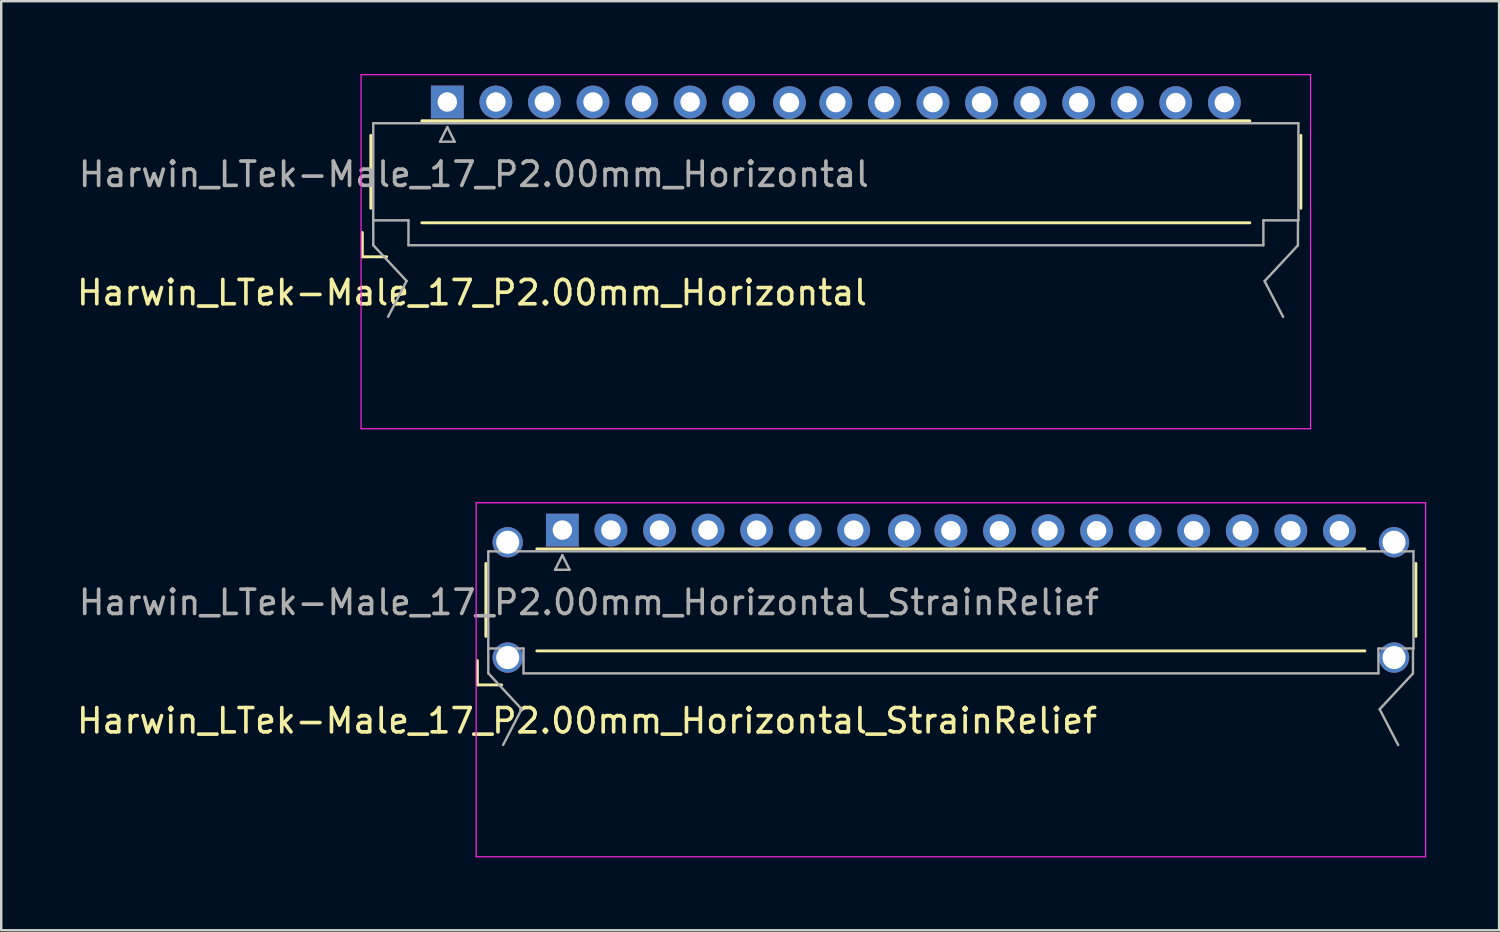
<source format=kicad_pcb>
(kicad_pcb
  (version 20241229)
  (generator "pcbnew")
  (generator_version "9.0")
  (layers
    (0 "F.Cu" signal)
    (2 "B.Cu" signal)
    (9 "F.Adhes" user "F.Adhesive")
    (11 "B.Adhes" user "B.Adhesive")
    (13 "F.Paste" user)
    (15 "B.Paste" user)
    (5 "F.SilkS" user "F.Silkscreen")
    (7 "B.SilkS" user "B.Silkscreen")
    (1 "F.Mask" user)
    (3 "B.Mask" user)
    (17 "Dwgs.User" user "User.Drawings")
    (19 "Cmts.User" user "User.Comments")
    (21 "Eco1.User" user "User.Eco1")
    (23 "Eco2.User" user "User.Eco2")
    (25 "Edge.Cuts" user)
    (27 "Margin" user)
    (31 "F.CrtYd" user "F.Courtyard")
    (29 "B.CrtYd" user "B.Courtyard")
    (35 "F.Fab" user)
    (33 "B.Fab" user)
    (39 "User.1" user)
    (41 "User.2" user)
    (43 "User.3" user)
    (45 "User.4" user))
  (footprint "Harwin_LTek-Male_17_P2.00mm_Horizontal_StrainRelief"
    (layer "F.Cu")
    (at 20.109 21.655)
    (property "Reference" "Harwin_LTek-Male_17_P2.00mm_Horizontal_StrainRelief" (at 1.016 4.978 180) (layer "F.SilkS") (effects (font (size 1 1) (thickness 0.15))))
    (attr through_hole)
    (fp_line (start -3.5 2.5) (end -3.5 3.5) (stroke (width 0.12) (type solid)) (layer "F.SilkS"))
    (fp_line (start -3.5 3.5) (end -2.5 3.5) (stroke (width 0.12) (type solid)) (layer "F.SilkS"))
    (fp_line (start -3.15 -1.5) (end -3.15 1.5) (stroke (width 0.12) (type solid)) (layer "F.SilkS"))
    (fp_line (start -1.05 -2.1) (end 33.05 -2.1) (stroke (width 0.12) (type solid)) (layer "F.SilkS"))
    (fp_line (start -1.05 2.1) (end 33.05 2.1) (stroke (width 0.12) (type solid)) (layer "F.SilkS"))
    (fp_line (start 35.15 -1.5) (end 35.15 1.5) (stroke (width 0.12) (type solid)) (layer "F.SilkS"))
    (fp_line (start -3.55 -4) (end -3.55 10.58) (stroke (width 0.05) (type solid)) (layer "F.CrtYd"))
    (fp_line (start -3.55 10.58) (end 35.55 10.58) (stroke (width 0.05) (type solid)) (layer "F.CrtYd"))
    (fp_line (start 35.55 -4) (end -3.55 -4) (stroke (width 0.05) (type solid)) (layer "F.CrtYd"))
    (fp_line (start 35.55 10.58) (end 35.55 -4) (stroke (width 0.05) (type solid)) (layer "F.CrtYd"))
    (fp_line (start -3.05 -2) (end -3.05 2) (stroke (width 0.1) (type solid)) (layer "F.Fab"))
    (fp_line (start -3.048 3.023) (end -3.05 2) (stroke (width 0.1) (type solid)) (layer "F.Fab"))
    (fp_line (start -3.043 2) (end -1.6 2) (stroke (width 0.1) (type solid)) (layer "F.Fab"))
    (fp_line (start -1.676 4.496) (end -3.048 3.023) (stroke (width 0.1) (type solid)) (layer "F.Fab"))
    (fp_line (start -1.676 4.496) (end -2.438 5.969) (stroke (width 0.1) (type solid)) (layer "F.Fab"))
    (fp_line (start -1.6 2) (end -1.6 3.023) (stroke (width 0.1) (type solid)) (layer "F.Fab"))
    (fp_line (start -1.6 3.025) (end 33.607 3.025) (stroke (width 0.1) (type solid)) (layer "F.Fab"))
    (fp_line (start -0.3 -1.241) (end 0.3 -1.241) (stroke (width 0.1) (type solid)) (layer "F.Fab"))
    (fp_line (start 0 -1.841) (end -0.3 -1.241) (stroke (width 0.1) (type solid)) (layer "F.Fab"))
    (fp_line (start 0.3 -1.241) (end 0 -1.841) (stroke (width 0.1) (type solid)) (layer "F.Fab"))
    (fp_line (start 33.607 2) (end 35.05 2) (stroke (width 0.1) (type solid)) (layer "F.Fab"))
    (fp_line (start 33.607 3.023) (end 33.607 2) (stroke (width 0.1) (type solid)) (layer "F.Fab"))
    (fp_line (start 33.658 4.502) (end 34.42 5.975) (stroke (width 0.1) (type solid)) (layer "F.Fab"))
    (fp_line (start 33.658 4.502) (end 35.029 3.029) (stroke (width 0.1) (type solid)) (layer "F.Fab"))
    (fp_line (start 35.029 3.029) (end 35.031 2.006) (stroke (width 0.1) (type solid)) (layer "F.Fab"))
    (fp_line (start 35.05 -2) (end -3.05 -2) (stroke (width 0.1) (type solid)) (layer "F.Fab"))
    (fp_line (start 35.05 2) (end 35.05 -2) (stroke (width 0.1) (type solid)) (layer "F.Fab"))
    (fp_text user "${REFERENCE}" (at 1.092 0.102 0) (layer "F.Fab") (effects (font (size 1 1) (thickness 0.15))))
    (pad "" thru_hole circle (at -2.25 -2.375) (size 1.25 1.25) (drill 0.95) (layers "*.Cu" "*.Mask"))
    (pad "" thru_hole circle (at -2.25 2.375) (size 1.25 1.25) (drill 0.95) (layers "*.Cu" "*.Mask"))
    (pad "" thru_hole circle (at 34.25 -2.375) (size 1.25 1.25) (drill 0.95) (layers "*.Cu" "*.Mask"))
    (pad "" thru_hole circle (at 34.25 2.375) (size 1.25 1.25) (drill 0.95) (layers "*.Cu" "*.Mask"))
    (pad "1" thru_hole rect (at 0 -2.875) (size 1.35 1.35) (drill 0.8) (layers "*.Cu" "*.Mask"))
    (pad "2" thru_hole circle (at 2 -2.875) (size 1.35 1.35) (drill 0.8) (layers "*.Cu" "*.Mask"))
    (pad "3" thru_hole circle (at 4 -2.875) (size 1.35 1.35) (drill 0.8) (layers "*.Cu" "*.Mask"))
    (pad "4" thru_hole circle (at 6 -2.875) (size 1.35 1.35) (drill 0.8) (layers "*.Cu" "*.Mask"))
    (pad "5" thru_hole circle (at 8 -2.875) (size 1.35 1.35) (drill 0.8) (layers "*.Cu" "*.Mask"))
    (pad "6" thru_hole circle (at 10 -2.875) (size 1.35 1.35) (drill 0.8) (layers "*.Cu" "*.Mask"))
    (pad "7" thru_hole circle (at 12 -2.875) (size 1.35 1.35) (drill 0.8) (layers "*.Cu" "*.Mask"))
    (pad "8" thru_hole circle (at 14.09 -2.85) (size 1.35 1.35) (drill 0.8) (layers "*.Cu" "*.Mask"))
    (pad "9" thru_hole circle (at 16 -2.85) (size 1.35 1.35) (drill 0.8) (layers "*.Cu" "*.Mask"))
    (pad "10" thru_hole circle (at 18 -2.85) (size 1.35 1.35) (drill 0.8) (layers "*.Cu" "*.Mask"))
    (pad "11" thru_hole circle (at 20 -2.85) (size 1.35 1.35) (drill 0.8) (layers "*.Cu" "*.Mask"))
    (pad "12" thru_hole circle (at 22 -2.85) (size 1.35 1.35) (drill 0.8) (layers "*.Cu" "*.Mask"))
    (pad "13" thru_hole circle (at 24 -2.85) (size 1.35 1.35) (drill 0.8) (layers "*.Cu" "*.Mask"))
    (pad "14" thru_hole circle (at 26 -2.85) (size 1.35 1.35) (drill 0.8) (layers "*.Cu" "*.Mask"))
    (pad "15" thru_hole circle (at 28 -2.85) (size 1.35 1.35) (drill 0.8) (layers "*.Cu" "*.Mask"))
    (pad "16" thru_hole circle (at 30 -2.85) (size 1.35 1.35) (drill 0.8) (layers "*.Cu" "*.Mask"))
    (pad "17" thru_hole circle (at 32 -2.85) (size 1.35 1.35) (drill 0.8) (layers "*.Cu" "*.Mask")))
  (footprint "Harwin_LTek-Male_17_P2.00mm_Horizontal"
    (layer "F.Cu")
    (at 15.371 4.025)
    (property "Reference" "Harwin_LTek-Male_17_P2.00mm_Horizontal" (at 1.016 4.978 180) (layer "F.SilkS") (effects (font (size 1 1) (thickness 0.15))))
    (attr through_hole)
    (fp_line (start -3.5 2.5) (end -3.5 3.5) (stroke (width 0.12) (type solid)) (layer "F.SilkS"))
    (fp_line (start -3.5 3.5) (end -2.5 3.5) (stroke (width 0.12) (type solid)) (layer "F.SilkS"))
    (fp_line (start -3.15 -1.5) (end -3.15 1.5) (stroke (width 0.12) (type solid)) (layer "F.SilkS"))
    (fp_line (start -1.05 -2.1) (end 33.05 -2.1) (stroke (width 0.12) (type solid)) (layer "F.SilkS"))
    (fp_line (start -1.05 2.1) (end 33.05 2.1) (stroke (width 0.12) (type solid)) (layer "F.SilkS"))
    (fp_line (start 35.15 -1.5) (end 35.15 1.5) (stroke (width 0.12) (type solid)) (layer "F.SilkS"))
    (fp_line (start -3.55 -4) (end -3.55 10.58) (stroke (width 0.05) (type solid)) (layer "F.CrtYd"))
    (fp_line (start -3.55 10.58) (end 35.55 10.58) (stroke (width 0.05) (type solid)) (layer "F.CrtYd"))
    (fp_line (start 35.55 -4) (end -3.55 -4) (stroke (width 0.05) (type solid)) (layer "F.CrtYd"))
    (fp_line (start 35.55 10.58) (end 35.55 -4) (stroke (width 0.05) (type solid)) (layer "F.CrtYd"))
    (fp_line (start -3.05 -2) (end -3.05 2) (stroke (width 0.1) (type solid)) (layer "F.Fab"))
    (fp_line (start -3.048 3.023) (end -3.05 2) (stroke (width 0.1) (type solid)) (layer "F.Fab"))
    (fp_line (start -3.043 2) (end -1.6 2) (stroke (width 0.1) (type solid)) (layer "F.Fab"))
    (fp_line (start -1.676 4.496) (end -3.048 3.023) (stroke (width 0.1) (type solid)) (layer "F.Fab"))
    (fp_line (start -1.676 4.496) (end -2.438 5.969) (stroke (width 0.1) (type solid)) (layer "F.Fab"))
    (fp_line (start -1.6 2) (end -1.6 3.023) (stroke (width 0.1) (type solid)) (layer "F.Fab"))
    (fp_line (start -1.6 3.025) (end 33.607 3.025) (stroke (width 0.1) (type solid)) (layer "F.Fab"))
    (fp_line (start -0.3 -1.241) (end 0.3 -1.241) (stroke (width 0.1) (type solid)) (layer "F.Fab"))
    (fp_line (start 0 -1.841) (end -0.3 -1.241) (stroke (width 0.1) (type solid)) (layer "F.Fab"))
    (fp_line (start 0.3 -1.241) (end 0 -1.841) (stroke (width 0.1) (type solid)) (layer "F.Fab"))
    (fp_line (start 33.607 2) (end 35.05 2) (stroke (width 0.1) (type solid)) (layer "F.Fab"))
    (fp_line (start 33.607 3.023) (end 33.607 2) (stroke (width 0.1) (type solid)) (layer "F.Fab"))
    (fp_line (start 33.658 4.502) (end 34.42 5.975) (stroke (width 0.1) (type solid)) (layer "F.Fab"))
    (fp_line (start 33.658 4.502) (end 35.029 3.029) (stroke (width 0.1) (type solid)) (layer "F.Fab"))
    (fp_line (start 35.029 3.029) (end 35.031 2.006) (stroke (width 0.1) (type solid)) (layer "F.Fab"))
    (fp_line (start 35.05 -2) (end -3.05 -2) (stroke (width 0.1) (type solid)) (layer "F.Fab"))
    (fp_line (start 35.05 2) (end 35.05 -2) (stroke (width 0.1) (type solid)) (layer "F.Fab"))
    (fp_text user "${REFERENCE}" (at 1.092 0.102 0) (layer "F.Fab") (effects (font (size 1 1) (thickness 0.15))))
    (pad "1" thru_hole rect (at 0 -2.875) (size 1.35 1.35) (drill 0.8) (layers "*.Cu" "*.Mask"))
    (pad "2" thru_hole circle (at 2 -2.875) (size 1.35 1.35) (drill 0.8) (layers "*.Cu" "*.Mask"))
    (pad "3" thru_hole circle (at 4 -2.875) (size 1.35 1.35) (drill 0.8) (layers "*.Cu" "*.Mask"))
    (pad "4" thru_hole circle (at 6 -2.875) (size 1.35 1.35) (drill 0.8) (layers "*.Cu" "*.Mask"))
    (pad "5" thru_hole circle (at 8 -2.875) (size 1.35 1.35) (drill 0.8) (layers "*.Cu" "*.Mask"))
    (pad "6" thru_hole circle (at 10 -2.875) (size 1.35 1.35) (drill 0.8) (layers "*.Cu" "*.Mask"))
    (pad "7" thru_hole circle (at 12 -2.875) (size 1.35 1.35) (drill 0.8) (layers "*.Cu" "*.Mask"))
    (pad "8" thru_hole circle (at 14.09 -2.85) (size 1.35 1.35) (drill 0.8) (layers "*.Cu" "*.Mask"))
    (pad "9" thru_hole circle (at 16 -2.85) (size 1.35 1.35) (drill 0.8) (layers "*.Cu" "*.Mask"))
    (pad "10" thru_hole circle (at 18 -2.85) (size 1.35 1.35) (drill 0.8) (layers "*.Cu" "*.Mask"))
    (pad "11" thru_hole circle (at 20 -2.85) (size 1.35 1.35) (drill 0.8) (layers "*.Cu" "*.Mask"))
    (pad "12" thru_hole circle (at 22 -2.85) (size 1.35 1.35) (drill 0.8) (layers "*.Cu" "*.Mask"))
    (pad "13" thru_hole circle (at 24 -2.85) (size 1.35 1.35) (drill 0.8) (layers "*.Cu" "*.Mask"))
    (pad "14" thru_hole circle (at 26 -2.85) (size 1.35 1.35) (drill 0.8) (layers "*.Cu" "*.Mask"))
    (pad "15" thru_hole circle (at 28 -2.85) (size 1.35 1.35) (drill 0.8) (layers "*.Cu" "*.Mask"))
    (pad "16" thru_hole circle (at 30 -2.85) (size 1.35 1.35) (drill 0.8) (layers "*.Cu" "*.Mask"))
    (pad "17" thru_hole circle (at 32 -2.85) (size 1.35 1.35) (drill 0.8) (layers "*.Cu" "*.Mask")))
  (gr_rect
    (start -3 -3)
    (end 58.684 35.26)
    (stroke (width 0.1) (type default))
    (fill no)
    (layer "Edge.Cuts")))
</source>
